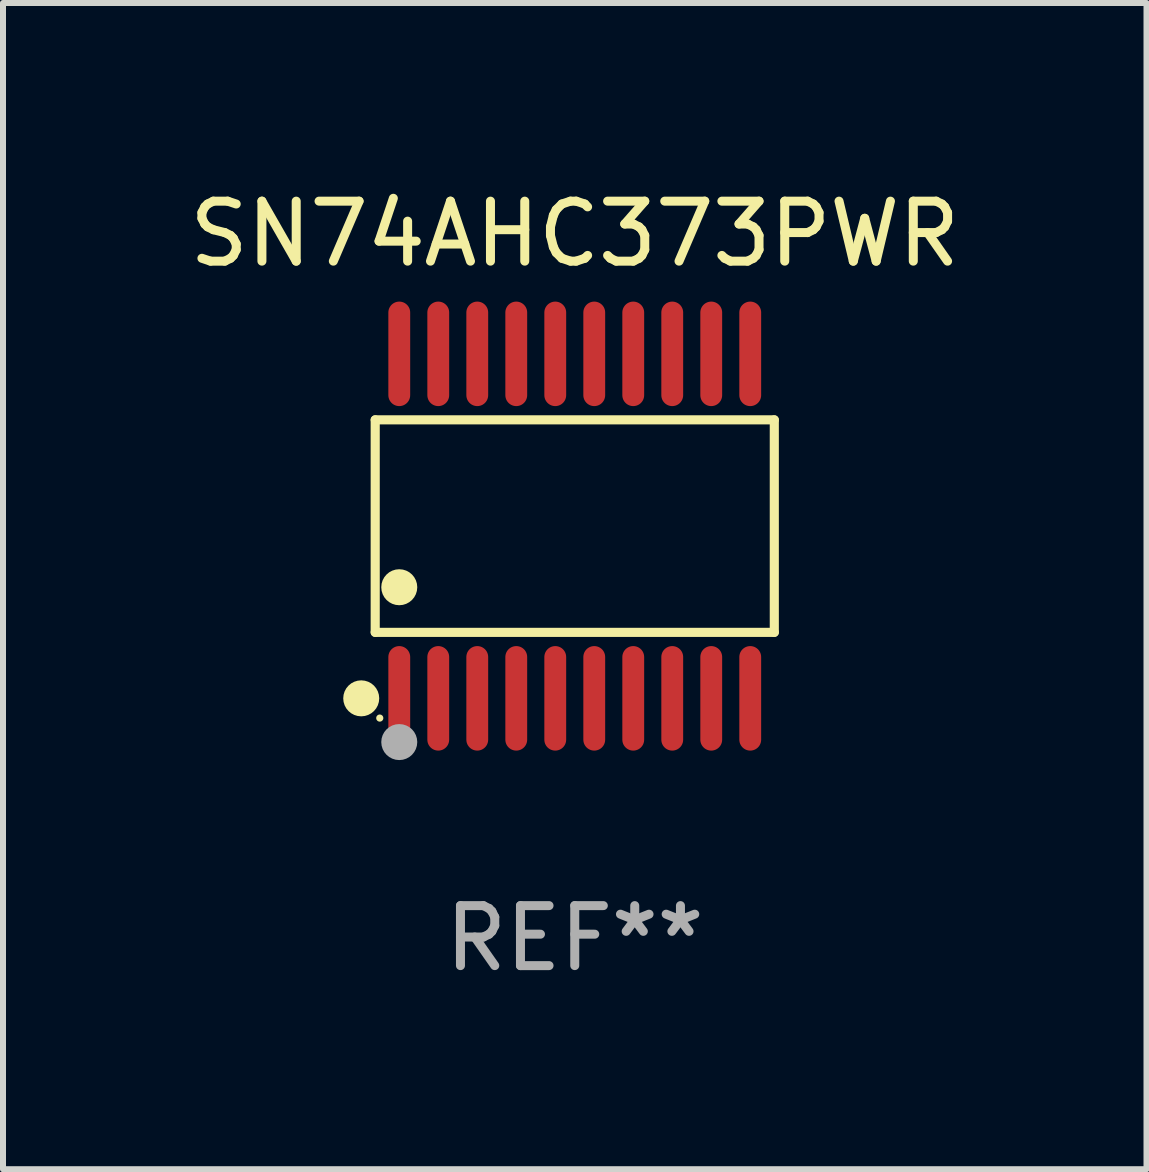
<source format=kicad_pcb>
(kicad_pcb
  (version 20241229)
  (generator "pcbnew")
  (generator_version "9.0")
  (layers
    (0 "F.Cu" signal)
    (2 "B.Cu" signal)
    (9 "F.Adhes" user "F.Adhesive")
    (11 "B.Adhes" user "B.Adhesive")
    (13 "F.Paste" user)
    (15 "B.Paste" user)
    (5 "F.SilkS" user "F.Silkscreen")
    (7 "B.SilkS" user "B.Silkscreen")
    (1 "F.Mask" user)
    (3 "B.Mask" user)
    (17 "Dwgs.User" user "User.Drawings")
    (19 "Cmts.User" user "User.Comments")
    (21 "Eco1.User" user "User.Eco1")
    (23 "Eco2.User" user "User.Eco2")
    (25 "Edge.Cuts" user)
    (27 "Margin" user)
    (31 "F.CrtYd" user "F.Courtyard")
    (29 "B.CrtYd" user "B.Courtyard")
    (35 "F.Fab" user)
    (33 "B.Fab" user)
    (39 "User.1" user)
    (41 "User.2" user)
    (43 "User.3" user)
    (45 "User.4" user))
  (footprint "SN74AHC373PWR"
    (layer "F.Cu")
    (at 6.53 5.719)
    (property "Reference" "SN74AHC373PWR" (at 0 -4.871 0) (layer "F.SilkS") (effects (font (size 1 1) (thickness 0.15))))
    (attr through_hole)
    (fp_line (start -3.326 -1.771) (end 3.326 -1.771) (stroke (width 0.152) (type solid)) (layer "F.SilkS"))
    (fp_line (start -3.326 1.771) (end -3.326 -1.771) (stroke (width 0.152) (type solid)) (layer "F.SilkS"))
    (fp_line (start 3.326 -1.771) (end 3.326 1.771) (stroke (width 0.152) (type solid)) (layer "F.SilkS"))
    (fp_line (start 3.326 1.771) (end -3.326 1.771) (stroke (width 0.152) (type solid)) (layer "F.SilkS"))
    (fp_circle (center -3.559 2.871) (end -3.409 2.871) (stroke (width 0.3) (type solid)) (fill no) (layer "F.SilkS"))
    (fp_circle (center -3.25 3.2) (end -3.22 3.2) (stroke (width 0.06) (type solid)) (fill no) (layer "F.SilkS"))
    (fp_circle (center -2.925 1.019) (end -2.775 1.019) (stroke (width 0.3) (type solid)) (fill no) (layer "F.SilkS"))
    (fp_circle (center -2.925 3.6) (end -2.775 3.6) (stroke (width 0.3) (type solid)) (fill no) (layer "F.Fab"))
    (fp_text user "REF**" (at 0 6.871 0) (layer "F.Fab") (effects (font (size 1 1) (thickness 0.15))))
    (pad "1" smd oval (at -2.925 2.871) (size 0.364 1.742) (layers "F.Cu" "F.Mask" "F.Paste"))
    (pad "2" smd oval (at -2.275 2.871) (size 0.364 1.742) (layers "F.Cu" "F.Mask" "F.Paste"))
    (pad "3" smd oval (at -1.625 2.871) (size 0.364 1.742) (layers "F.Cu" "F.Mask" "F.Paste"))
    (pad "4" smd oval (at -0.975 2.871) (size 0.364 1.742) (layers "F.Cu" "F.Mask" "F.Paste"))
    (pad "5" smd oval (at -0.325 2.871) (size 0.364 1.742) (layers "F.Cu" "F.Mask" "F.Paste"))
    (pad "6" smd oval (at 0.325 2.871) (size 0.364 1.742) (layers "F.Cu" "F.Mask" "F.Paste"))
    (pad "7" smd oval (at 0.975 2.871) (size 0.364 1.742) (layers "F.Cu" "F.Mask" "F.Paste"))
    (pad "8" smd oval (at 1.625 2.871) (size 0.364 1.742) (layers "F.Cu" "F.Mask" "F.Paste"))
    (pad "9" smd oval (at 2.275 2.871) (size 0.364 1.742) (layers "F.Cu" "F.Mask" "F.Paste"))
    (pad "10" smd oval (at 2.925 2.871) (size 0.364 1.742) (layers "F.Cu" "F.Mask" "F.Paste"))
    (pad "11" smd oval (at 2.925 -2.871) (size 0.364 1.742) (layers "F.Cu" "F.Mask" "F.Paste"))
    (pad "12" smd oval (at 2.275 -2.871) (size 0.364 1.742) (layers "F.Cu" "F.Mask" "F.Paste"))
    (pad "13" smd oval (at 1.625 -2.871) (size 0.364 1.742) (layers "F.Cu" "F.Mask" "F.Paste"))
    (pad "14" smd oval (at 0.975 -2.871) (size 0.364 1.742) (layers "F.Cu" "F.Mask" "F.Paste"))
    (pad "15" smd oval (at 0.325 -2.871) (size 0.364 1.742) (layers "F.Cu" "F.Mask" "F.Paste"))
    (pad "16" smd oval (at -0.325 -2.871) (size 0.364 1.742) (layers "F.Cu" "F.Mask" "F.Paste"))
    (pad "17" smd oval (at -0.975 -2.871) (size 0.364 1.742) (layers "F.Cu" "F.Mask" "F.Paste"))
    (pad "18" smd oval (at -1.625 -2.871) (size 0.364 1.742) (layers "F.Cu" "F.Mask" "F.Paste"))
    (pad "19" smd oval (at -2.275 -2.871) (size 0.364 1.742) (layers "F.Cu" "F.Mask" "F.Paste"))
    (pad "20" smd oval (at -2.925 -2.871) (size 0.364 1.742) (layers "F.Cu" "F.Mask" "F.Paste")))
  (gr_rect
    (start -3 -3)
    (end 16.06 16.438)
    (stroke (width 0.1) (type default))
    (fill no)
    (layer "Edge.Cuts")))
</source>
